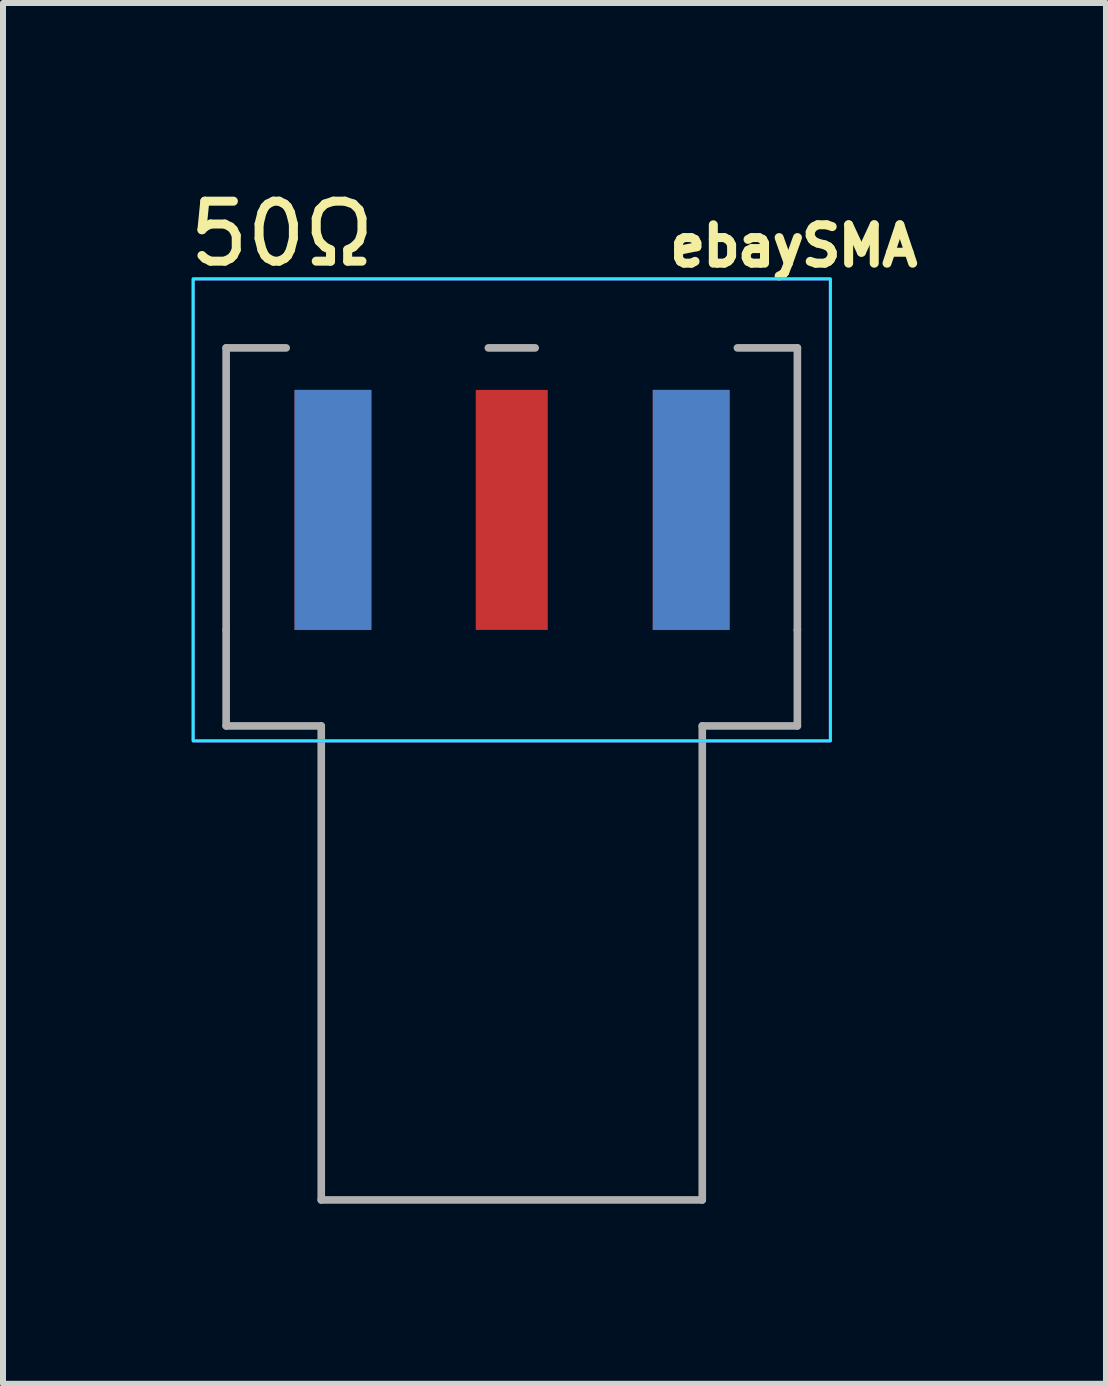
<source format=kicad_pcb>
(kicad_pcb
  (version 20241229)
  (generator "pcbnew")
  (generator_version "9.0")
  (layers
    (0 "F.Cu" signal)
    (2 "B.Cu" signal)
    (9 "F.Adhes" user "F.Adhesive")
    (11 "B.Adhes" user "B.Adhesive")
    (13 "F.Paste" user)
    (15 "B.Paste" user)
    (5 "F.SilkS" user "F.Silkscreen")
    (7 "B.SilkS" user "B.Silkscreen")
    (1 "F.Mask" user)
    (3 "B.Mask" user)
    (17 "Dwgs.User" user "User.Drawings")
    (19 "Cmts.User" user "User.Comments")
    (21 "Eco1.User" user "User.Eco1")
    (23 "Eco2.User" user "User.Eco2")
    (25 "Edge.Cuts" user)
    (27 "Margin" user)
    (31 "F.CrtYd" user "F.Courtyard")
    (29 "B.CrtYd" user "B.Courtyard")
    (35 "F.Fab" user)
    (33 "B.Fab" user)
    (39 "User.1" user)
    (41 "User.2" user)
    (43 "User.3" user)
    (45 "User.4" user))
  (footprint "ebaySMA"
    (layer "F.Cu")
    (at 5.479 7.448)
    (property "Reference" "ebaySMA" (at 4.7 -6.4 0) (layer "F.SilkS") (effects (font (size 0.64 0.64) (thickness 0.15))))
    (attr smd)
    (fp_poly (pts (xy 5.31 1.85) (xy -5.31 1.85) (xy -5.31 -5.85) (xy 5.31 -5.85)) (stroke (width 0.05) (type solid)) (fill no) (layer "B.CrtYd"))
    (fp_poly (pts (xy 5.31 1.85) (xy -5.31 1.85) (xy -5.31 -5.85) (xy 5.31 -5.85)) (stroke (width 0.05) (type solid)) (fill no) (layer "F.CrtYd"))
    (fp_line (start -4.76 -4.7) (end -4.76 0) (stroke (width 0.127) (type solid)) (layer "F.Fab"))
    (fp_line (start -4.76 1.6) (end -4.76 0) (stroke (width 0.127) (type solid)) (layer "F.Fab"))
    (fp_line (start -3.76 -4.7) (end -4.76 -4.7) (stroke (width 0.127) (type solid)) (layer "F.Fab"))
    (fp_line (start -3.175 1.6) (end -4.76 1.6) (stroke (width 0.127) (type solid)) (layer "F.Fab"))
    (fp_line (start -3.175 1.6) (end -3.175 9.5) (stroke (width 0.127) (type solid)) (layer "F.Fab"))
    (fp_line (start -3.175 9.5) (end 3.175 9.5) (stroke (width 0.127) (type solid)) (layer "F.Fab"))
    (fp_line (start -0.39 -4.7) (end 0.39 -4.7) (stroke (width 0.127) (type solid)) (layer "F.Fab"))
    (fp_line (start 3.175 9.5) (end 3.175 1.6) (stroke (width 0.127) (type solid)) (layer "F.Fab"))
    (fp_line (start 3.76 -4.7) (end 4.76 -4.7) (stroke (width 0.127) (type solid)) (layer "F.Fab"))
    (fp_line (start 4.76 -4.7) (end 4.76 0) (stroke (width 0.127) (type solid)) (layer "F.Fab"))
    (fp_line (start 4.76 0) (end 4.76 1.6) (stroke (width 0.127) (type solid)) (layer "F.Fab"))
    (fp_line (start 4.76 1.6) (end 3.175 1.6) (stroke (width 0.127) (type solid)) (layer "F.Fab"))
    (fp_text user "50Ω" (at -3.83 -6.6 0) (unlocked yes) (layer "F.SilkS") (effects (font (size 1 1) (thickness 0.15))))
    (pad "1" smd rect (at 0 -2) (size 1.2 4) (layers "F.Cu" "F.Mask" "F.Paste"))
    (pad "2" smd rect (at -2.98 -2) (size 1.28 4) (layers "F.Cu" "F.Mask" "F.Paste"))
    (pad "2" smd rect (at -2.98 -2) (size 1.28 4) (layers "B.Cu" "B.Mask" "B.Paste"))
    (pad "2" smd rect (at 2.99 -2) (size 1.28 4) (layers "F.Cu" "F.Mask" "F.Paste"))
    (pad "2" smd rect (at 2.99 -2) (size 1.28 4) (layers "B.Cu" "B.Mask" "B.Paste")))
  (gr_rect
    (start -3 -3)
    (end 15.382 20.012)
    (stroke (width 0.1) (type default))
    (fill no)
    (layer "Edge.Cuts")))
</source>
